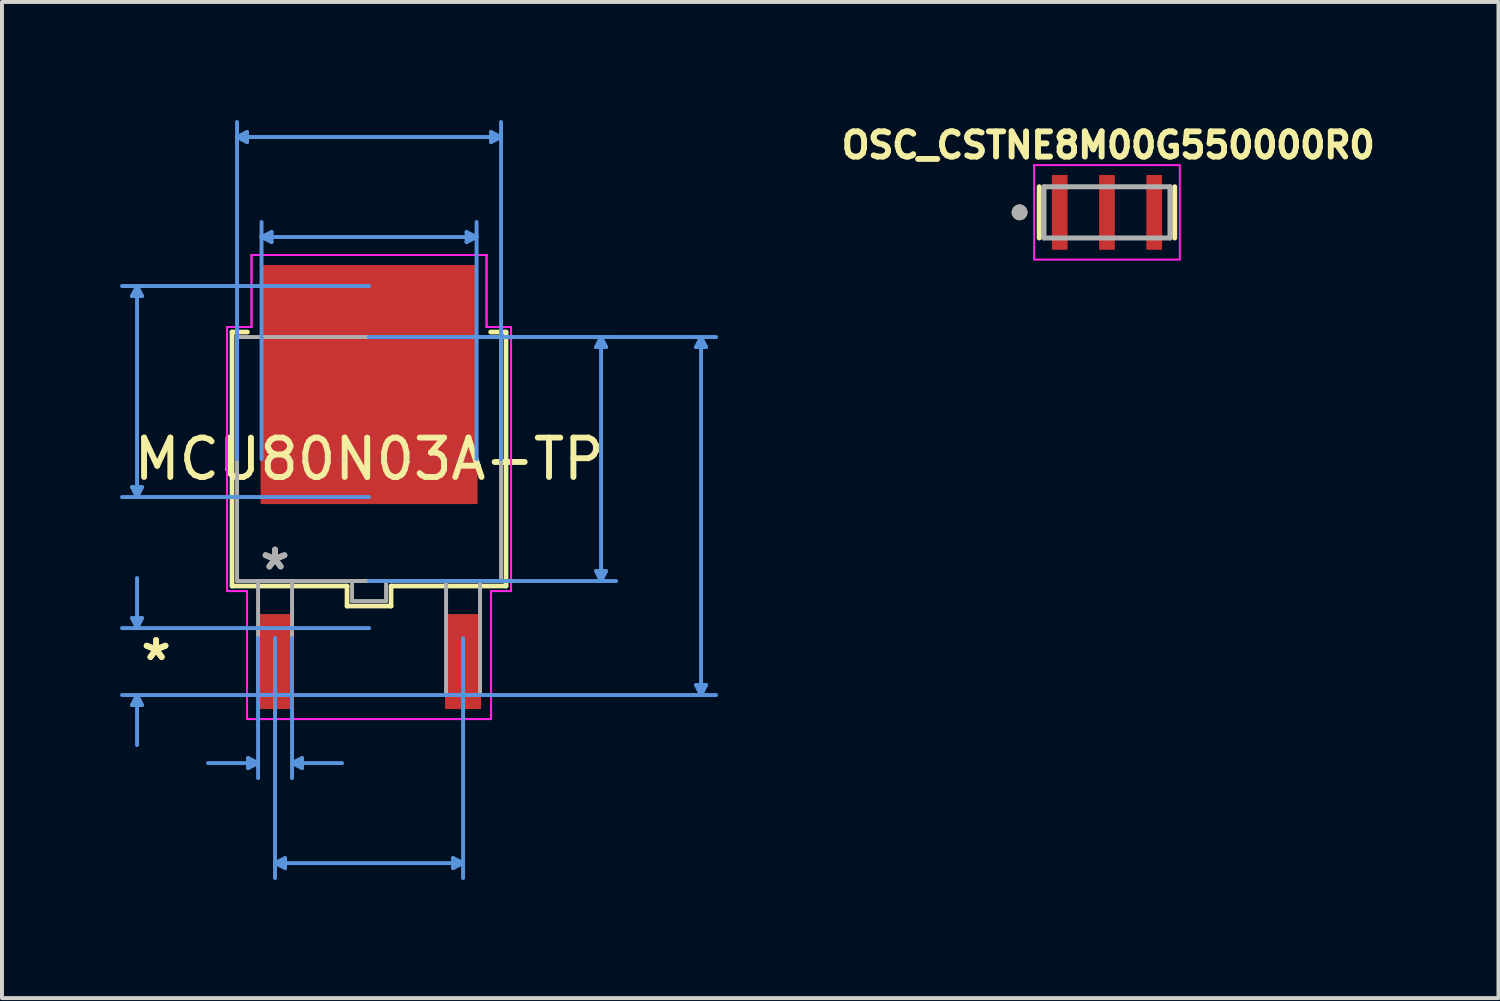
<source format=kicad_pcb>
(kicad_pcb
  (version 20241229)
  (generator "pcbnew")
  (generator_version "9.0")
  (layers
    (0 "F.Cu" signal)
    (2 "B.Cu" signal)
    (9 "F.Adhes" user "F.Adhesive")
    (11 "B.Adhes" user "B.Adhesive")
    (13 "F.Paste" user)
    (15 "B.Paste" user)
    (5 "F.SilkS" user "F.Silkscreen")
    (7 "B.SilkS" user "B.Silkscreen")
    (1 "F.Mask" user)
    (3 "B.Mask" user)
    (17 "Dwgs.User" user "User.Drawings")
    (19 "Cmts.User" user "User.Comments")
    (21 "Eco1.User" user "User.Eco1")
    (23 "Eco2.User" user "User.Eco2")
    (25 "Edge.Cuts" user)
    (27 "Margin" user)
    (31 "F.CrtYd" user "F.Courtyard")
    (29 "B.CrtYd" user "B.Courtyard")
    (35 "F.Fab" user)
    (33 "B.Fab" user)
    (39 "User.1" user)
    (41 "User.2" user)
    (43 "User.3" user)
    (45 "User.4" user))
  (footprint "MCU80N03A-TP"
    (layer "F.Cu")
    (at 6.324 8.61)
    (property "Reference" "MCU80N03A-TP" (at 0 0 0) (layer "F.SilkS") (effects (font (size 1 1) (thickness 0.15))))
    (attr through_hole)
    (fp_line (start -3.48 -3.226) (end -3.48 3.226) (stroke (width 0.12) (type solid)) (layer "F.SilkS"))
    (fp_line (start -3.48 3.226) (end -0.559 3.226) (stroke (width 0.12) (type solid)) (layer "F.SilkS"))
    (fp_line (start -3.089 -3.226) (end -3.48 -3.226) (stroke (width 0.12) (type solid)) (layer "F.SilkS"))
    (fp_line (start -0.559 3.226) (end -0.559 3.734) (stroke (width 0.12) (type solid)) (layer "F.SilkS"))
    (fp_line (start -0.559 3.734) (end 0.559 3.734) (stroke (width 0.12) (type solid)) (layer "F.SilkS"))
    (fp_line (start 0.559 3.226) (end 3.48 3.226) (stroke (width 0.12) (type solid)) (layer "F.SilkS"))
    (fp_line (start 0.559 3.734) (end 0.559 3.226) (stroke (width 0.12) (type solid)) (layer "F.SilkS"))
    (fp_line (start 3.48 -3.226) (end 3.089 -3.226) (stroke (width 0.12) (type solid)) (layer "F.SilkS"))
    (fp_line (start 3.48 3.226) (end 3.48 -3.226) (stroke (width 0.12) (type solid)) (layer "F.SilkS"))
    (fp_line (start -6.02 -4.14) (end -5.766 -4.14) (stroke (width 0.1) (type solid)) (layer "Cmts.User"))
    (fp_line (start -6.02 0.711) (end -5.766 0.711) (stroke (width 0.1) (type solid)) (layer "Cmts.User"))
    (fp_line (start -6.02 4.039) (end -5.766 4.039) (stroke (width 0.1) (type solid)) (layer "Cmts.User"))
    (fp_line (start -6.02 6.248) (end -5.766 6.248) (stroke (width 0.1) (type solid)) (layer "Cmts.User"))
    (fp_line (start -5.893 -4.394) (end -6.02 -4.14) (stroke (width 0.1) (type solid)) (layer "Cmts.User"))
    (fp_line (start -5.893 -4.394) (end -5.893 0.965) (stroke (width 0.1) (type solid)) (layer "Cmts.User"))
    (fp_line (start -5.893 -4.394) (end -5.766 -4.14) (stroke (width 0.1) (type solid)) (layer "Cmts.User"))
    (fp_line (start -5.893 0.965) (end -6.02 0.711) (stroke (width 0.1) (type solid)) (layer "Cmts.User"))
    (fp_line (start -5.893 0.965) (end -5.766 0.711) (stroke (width 0.1) (type solid)) (layer "Cmts.User"))
    (fp_line (start -5.893 4.293) (end -6.02 4.039) (stroke (width 0.1) (type solid)) (layer "Cmts.User"))
    (fp_line (start -5.893 4.293) (end -5.893 3.023) (stroke (width 0.1) (type solid)) (layer "Cmts.User"))
    (fp_line (start -5.893 4.293) (end -5.766 4.039) (stroke (width 0.1) (type solid)) (layer "Cmts.User"))
    (fp_line (start -5.893 5.994) (end -6.02 6.248) (stroke (width 0.1) (type solid)) (layer "Cmts.User"))
    (fp_line (start -5.893 5.994) (end -5.893 7.264) (stroke (width 0.1) (type solid)) (layer "Cmts.User"))
    (fp_line (start -5.893 5.994) (end -5.766 6.248) (stroke (width 0.1) (type solid)) (layer "Cmts.User"))
    (fp_line (start -3.353 -8.179) (end -3.099 -8.306) (stroke (width 0.1) (type solid)) (layer "Cmts.User"))
    (fp_line (start -3.353 -8.179) (end -3.099 -8.052) (stroke (width 0.1) (type solid)) (layer "Cmts.User"))
    (fp_line (start -3.353 -8.179) (end 3.353 -8.179) (stroke (width 0.1) (type solid)) (layer "Cmts.User"))
    (fp_line (start -3.353 0) (end -3.353 -8.56) (stroke (width 0.1) (type solid)) (layer "Cmts.User"))
    (fp_line (start -3.099 -8.306) (end -3.099 -8.052) (stroke (width 0.1) (type solid)) (layer "Cmts.User"))
    (fp_line (start -3.073 7.595) (end -3.073 7.849) (stroke (width 0.1) (type solid)) (layer "Cmts.User"))
    (fp_line (start -2.819 4.547) (end -2.819 8.103) (stroke (width 0.1) (type solid)) (layer "Cmts.User"))
    (fp_line (start -2.819 7.722) (end -4.089 7.722) (stroke (width 0.1) (type solid)) (layer "Cmts.User"))
    (fp_line (start -2.819 7.722) (end -3.073 7.595) (stroke (width 0.1) (type solid)) (layer "Cmts.User"))
    (fp_line (start -2.819 7.722) (end -3.073 7.849) (stroke (width 0.1) (type solid)) (layer "Cmts.User"))
    (fp_line (start -2.731 -5.639) (end -2.477 -5.766) (stroke (width 0.1) (type solid)) (layer "Cmts.User"))
    (fp_line (start -2.731 -5.639) (end -2.477 -5.512) (stroke (width 0.1) (type solid)) (layer "Cmts.User"))
    (fp_line (start -2.731 -5.639) (end 2.731 -5.639) (stroke (width 0.1) (type solid)) (layer "Cmts.User"))
    (fp_line (start -2.731 0) (end -2.731 -6.02) (stroke (width 0.1) (type solid)) (layer "Cmts.User"))
    (fp_line (start -2.477 -5.766) (end -2.477 -5.512) (stroke (width 0.1) (type solid)) (layer "Cmts.User"))
    (fp_line (start -2.388 4.547) (end -2.388 10.643) (stroke (width 0.1) (type solid)) (layer "Cmts.User"))
    (fp_line (start -2.388 10.262) (end -2.134 10.135) (stroke (width 0.1) (type solid)) (layer "Cmts.User"))
    (fp_line (start -2.388 10.262) (end -2.134 10.389) (stroke (width 0.1) (type solid)) (layer "Cmts.User"))
    (fp_line (start -2.388 10.262) (end 2.388 10.262) (stroke (width 0.1) (type solid)) (layer "Cmts.User"))
    (fp_line (start -2.134 10.135) (end -2.134 10.389) (stroke (width 0.1) (type solid)) (layer "Cmts.User"))
    (fp_line (start -1.956 4.547) (end -1.956 8.103) (stroke (width 0.1) (type solid)) (layer "Cmts.User"))
    (fp_line (start -1.956 7.722) (end -1.702 7.595) (stroke (width 0.1) (type solid)) (layer "Cmts.User"))
    (fp_line (start -1.956 7.722) (end -1.702 7.849) (stroke (width 0.1) (type solid)) (layer "Cmts.User"))
    (fp_line (start -1.956 7.722) (end -0.686 7.722) (stroke (width 0.1) (type solid)) (layer "Cmts.User"))
    (fp_line (start -1.702 7.595) (end -1.702 7.849) (stroke (width 0.1) (type solid)) (layer "Cmts.User"))
    (fp_line (start 0 -4.394) (end -6.274 -4.394) (stroke (width 0.1) (type solid)) (layer "Cmts.User"))
    (fp_line (start 0 -3.099) (end 6.274 -3.099) (stroke (width 0.1) (type solid)) (layer "Cmts.User"))
    (fp_line (start 0 -3.099) (end 8.814 -3.099) (stroke (width 0.1) (type solid)) (layer "Cmts.User"))
    (fp_line (start 0 0.965) (end -6.274 0.965) (stroke (width 0.1) (type solid)) (layer "Cmts.User"))
    (fp_line (start 0 3.099) (end 6.274 3.099) (stroke (width 0.1) (type solid)) (layer "Cmts.User"))
    (fp_line (start 0 4.293) (end -6.274 4.293) (stroke (width 0.1) (type solid)) (layer "Cmts.User"))
    (fp_line (start 0 5.994) (end -6.274 5.994) (stroke (width 0.1) (type solid)) (layer "Cmts.User"))
    (fp_line (start 0 5.994) (end 8.814 5.994) (stroke (width 0.1) (type solid)) (layer "Cmts.User"))
    (fp_line (start 2.134 10.135) (end 2.134 10.389) (stroke (width 0.1) (type solid)) (layer "Cmts.User"))
    (fp_line (start 2.388 4.547) (end 2.388 10.643) (stroke (width 0.1) (type solid)) (layer "Cmts.User"))
    (fp_line (start 2.388 10.262) (end 2.134 10.135) (stroke (width 0.1) (type solid)) (layer "Cmts.User"))
    (fp_line (start 2.388 10.262) (end 2.134 10.389) (stroke (width 0.1) (type solid)) (layer "Cmts.User"))
    (fp_line (start 2.477 -5.766) (end 2.477 -5.512) (stroke (width 0.1) (type solid)) (layer "Cmts.User"))
    (fp_line (start 2.731 -5.639) (end 2.477 -5.766) (stroke (width 0.1) (type solid)) (layer "Cmts.User"))
    (fp_line (start 2.731 -5.639) (end 2.477 -5.512) (stroke (width 0.1) (type solid)) (layer "Cmts.User"))
    (fp_line (start 2.731 0) (end 2.731 -6.02) (stroke (width 0.1) (type solid)) (layer "Cmts.User"))
    (fp_line (start 3.099 -8.306) (end 3.099 -8.052) (stroke (width 0.1) (type solid)) (layer "Cmts.User"))
    (fp_line (start 3.353 -8.179) (end 3.099 -8.306) (stroke (width 0.1) (type solid)) (layer "Cmts.User"))
    (fp_line (start 3.353 -8.179) (end 3.099 -8.052) (stroke (width 0.1) (type solid)) (layer "Cmts.User"))
    (fp_line (start 3.353 0) (end 3.353 -8.56) (stroke (width 0.1) (type solid)) (layer "Cmts.User"))
    (fp_line (start 5.766 -2.845) (end 6.02 -2.845) (stroke (width 0.1) (type solid)) (layer "Cmts.User"))
    (fp_line (start 5.766 2.845) (end 6.02 2.845) (stroke (width 0.1) (type solid)) (layer "Cmts.User"))
    (fp_line (start 5.893 -3.099) (end 5.766 -2.845) (stroke (width 0.1) (type solid)) (layer "Cmts.User"))
    (fp_line (start 5.893 -3.099) (end 5.893 3.099) (stroke (width 0.1) (type solid)) (layer "Cmts.User"))
    (fp_line (start 5.893 -3.099) (end 6.02 -2.845) (stroke (width 0.1) (type solid)) (layer "Cmts.User"))
    (fp_line (start 5.893 3.099) (end 5.766 2.845) (stroke (width 0.1) (type solid)) (layer "Cmts.User"))
    (fp_line (start 5.893 3.099) (end 6.02 2.845) (stroke (width 0.1) (type solid)) (layer "Cmts.User"))
    (fp_line (start 8.306 -2.845) (end 8.56 -2.845) (stroke (width 0.1) (type solid)) (layer "Cmts.User"))
    (fp_line (start 8.306 5.74) (end 8.56 5.74) (stroke (width 0.1) (type solid)) (layer "Cmts.User"))
    (fp_line (start 8.433 -3.099) (end 8.306 -2.845) (stroke (width 0.1) (type solid)) (layer "Cmts.User"))
    (fp_line (start 8.433 -3.099) (end 8.433 5.994) (stroke (width 0.1) (type solid)) (layer "Cmts.User"))
    (fp_line (start 8.433 -3.099) (end 8.56 -2.845) (stroke (width 0.1) (type solid)) (layer "Cmts.User"))
    (fp_line (start 8.433 5.994) (end 8.306 5.74) (stroke (width 0.1) (type solid)) (layer "Cmts.User"))
    (fp_line (start 8.433 5.994) (end 8.56 5.74) (stroke (width 0.1) (type solid)) (layer "Cmts.User"))
    (fp_line (start -3.607 -3.353) (end -2.985 -3.353) (stroke (width 0.05) (type solid)) (layer "F.CrtYd"))
    (fp_line (start -3.607 -3.353) (end -2.985 -3.353) (stroke (width 0.05) (type solid)) (layer "F.CrtYd"))
    (fp_line (start -3.607 3.353) (end -3.607 -3.353) (stroke (width 0.05) (type solid)) (layer "F.CrtYd"))
    (fp_line (start -3.607 3.353) (end -3.607 -3.353) (stroke (width 0.05) (type solid)) (layer "F.CrtYd"))
    (fp_line (start -3.099 3.353) (end -3.607 3.353) (stroke (width 0.05) (type solid)) (layer "F.CrtYd"))
    (fp_line (start -3.099 3.353) (end -3.607 3.353) (stroke (width 0.05) (type solid)) (layer "F.CrtYd"))
    (fp_line (start -3.099 6.604) (end -3.099 3.353) (stroke (width 0.05) (type solid)) (layer "F.CrtYd"))
    (fp_line (start -3.099 6.604) (end -3.099 3.353) (stroke (width 0.05) (type solid)) (layer "F.CrtYd"))
    (fp_line (start -2.985 -5.182) (end 2.985 -5.182) (stroke (width 0.05) (type solid)) (layer "F.CrtYd"))
    (fp_line (start -2.985 -5.182) (end 2.985 -5.182) (stroke (width 0.05) (type solid)) (layer "F.CrtYd"))
    (fp_line (start -2.985 -3.353) (end -2.985 -5.182) (stroke (width 0.05) (type solid)) (layer "F.CrtYd"))
    (fp_line (start -2.985 -3.353) (end -2.985 -5.182) (stroke (width 0.05) (type solid)) (layer "F.CrtYd"))
    (fp_line (start 2.985 -5.182) (end 2.985 -3.353) (stroke (width 0.05) (type solid)) (layer "F.CrtYd"))
    (fp_line (start 2.985 -5.182) (end 2.985 -3.353) (stroke (width 0.05) (type solid)) (layer "F.CrtYd"))
    (fp_line (start 2.985 -3.353) (end 3.607 -3.353) (stroke (width 0.05) (type solid)) (layer "F.CrtYd"))
    (fp_line (start 2.985 -3.353) (end 3.607 -3.353) (stroke (width 0.05) (type solid)) (layer "F.CrtYd"))
    (fp_line (start 3.099 3.353) (end 3.099 6.604) (stroke (width 0.05) (type solid)) (layer "F.CrtYd"))
    (fp_line (start 3.099 3.353) (end 3.099 6.604) (stroke (width 0.05) (type solid)) (layer "F.CrtYd"))
    (fp_line (start 3.099 6.604) (end -3.099 6.604) (stroke (width 0.05) (type solid)) (layer "F.CrtYd"))
    (fp_line (start 3.099 6.604) (end -3.099 6.604) (stroke (width 0.05) (type solid)) (layer "F.CrtYd"))
    (fp_line (start 3.607 -3.353) (end 3.607 3.353) (stroke (width 0.05) (type solid)) (layer "F.CrtYd"))
    (fp_line (start 3.607 -3.353) (end 3.607 3.353) (stroke (width 0.05) (type solid)) (layer "F.CrtYd"))
    (fp_line (start 3.607 3.353) (end 3.099 3.353) (stroke (width 0.05) (type solid)) (layer "F.CrtYd"))
    (fp_line (start 3.607 3.353) (end 3.099 3.353) (stroke (width 0.05) (type solid)) (layer "F.CrtYd"))
    (fp_line (start -3.353 -3.099) (end -3.353 3.099) (stroke (width 0.1) (type solid)) (layer "F.Fab"))
    (fp_line (start -3.353 3.099) (end 3.353 3.099) (stroke (width 0.1) (type solid)) (layer "F.Fab"))
    (fp_line (start -2.819 3.099) (end -2.819 5.994) (stroke (width 0.1) (type solid)) (layer "F.Fab"))
    (fp_line (start -2.819 5.994) (end -1.956 5.994) (stroke (width 0.1) (type solid)) (layer "F.Fab"))
    (fp_line (start -1.956 3.099) (end -2.819 3.099) (stroke (width 0.1) (type solid)) (layer "F.Fab"))
    (fp_line (start -1.956 5.994) (end -1.956 3.099) (stroke (width 0.1) (type solid)) (layer "F.Fab"))
    (fp_line (start -0.432 3.099) (end -0.432 3.607) (stroke (width 0.1) (type solid)) (layer "F.Fab"))
    (fp_line (start -0.432 3.607) (end 0.432 3.607) (stroke (width 0.1) (type solid)) (layer "F.Fab"))
    (fp_line (start 0.432 3.099) (end -0.432 3.099) (stroke (width 0.1) (type solid)) (layer "F.Fab"))
    (fp_line (start 0.432 3.607) (end 0.432 3.099) (stroke (width 0.1) (type solid)) (layer "F.Fab"))
    (fp_line (start 1.956 3.099) (end 1.956 5.994) (stroke (width 0.1) (type solid)) (layer "F.Fab"))
    (fp_line (start 1.956 5.994) (end 2.819 5.994) (stroke (width 0.1) (type solid)) (layer "F.Fab"))
    (fp_line (start 2.819 3.099) (end 1.956 3.099) (stroke (width 0.1) (type solid)) (layer "F.Fab"))
    (fp_line (start 2.819 5.994) (end 2.819 3.099) (stroke (width 0.1) (type solid)) (layer "F.Fab"))
    (fp_line (start 3.353 -3.099) (end -3.353 -3.099) (stroke (width 0.1) (type solid)) (layer "F.Fab"))
    (fp_line (start 3.353 3.099) (end 3.353 -3.099) (stroke (width 0.1) (type solid)) (layer "F.Fab"))
    (fp_text user "*" (at -5.41 5.144 0) (layer "F.SilkS") (effects (font (size 1 1) (thickness 0.15))))
    (fp_text user "*" (at -5.41 5.144 0) (layer "F.SilkS") (effects (font (size 1 1) (thickness 0.15))))
    (fp_text user "Copyright 2021 Accelerated Designs. All rights reserved." (at 0 0 0) (layer "Cmts.User") (effects (font (size 0.127 0.127) (thickness 0.002))))
    (fp_text user "*" (at -2.388 2.845 0) (layer "F.Fab") (effects (font (size 1 1) (thickness 0.15))))
    (fp_text user "*" (at -2.388 2.845 0) (layer "F.Fab") (effects (font (size 1 1) (thickness 0.15))))
    (pad "1" smd rect (at -2.388 5.144) (size 0.914 2.413) (layers "F.Cu" "F.Mask" "F.Paste"))
    (pad "2" smd rect (at 2.388 5.144) (size 0.914 2.413) (layers "F.Cu" "F.Mask" "F.Paste"))
    (pad "3" smd rect (at 0 -1.892) (size 5.512 6.071) (layers "F.Cu" "F.Mask" "F.Paste")))
  (footprint "OSC_CSTNE8M00G550000R0"
    (layer "F.Cu")
    (at 25.067 2.344)
    (property "Reference" "OSC_CSTNE8M00G550000R0" (at 0.032 -1.706 0) (layer "F.SilkS") (effects (font (size 0.64 0.64) (thickness 0.15))))
    (attr through_hole)
    (fp_line (start -1.72 -0.65) (end -1.72 0.65) (stroke (width 0.127) (type solid)) (layer "F.SilkS"))
    (fp_line (start 1.72 -0.65) (end 1.72 0.65) (stroke (width 0.127) (type solid)) (layer "F.SilkS"))
    (fp_circle (center -2.22 0) (end -2.12 0) (stroke (width 0.2) (type solid)) (fill no) (layer "F.SilkS"))
    (fp_line (start -1.85 -1.2) (end 1.85 -1.2) (stroke (width 0.05) (type solid)) (layer "F.CrtYd"))
    (fp_line (start -1.85 1.2) (end -1.85 -1.2) (stroke (width 0.05) (type solid)) (layer "F.CrtYd"))
    (fp_line (start 1.85 -1.2) (end 1.85 1.2) (stroke (width 0.05) (type solid)) (layer "F.CrtYd"))
    (fp_line (start 1.85 1.2) (end -1.85 1.2) (stroke (width 0.05) (type solid)) (layer "F.CrtYd"))
    (fp_line (start -1.6 -0.65) (end -1.6 0.65) (stroke (width 0.127) (type solid)) (layer "F.Fab"))
    (fp_line (start -1.6 -0.65) (end 1.6 -0.65) (stroke (width 0.127) (type solid)) (layer "F.Fab"))
    (fp_line (start 1.6 -0.65) (end 1.6 0.65) (stroke (width 0.127) (type solid)) (layer "F.Fab"))
    (fp_line (start 1.6 0.65) (end -1.6 0.65) (stroke (width 0.127) (type solid)) (layer "F.Fab"))
    (fp_circle (center -2.22 0) (end -2.12 0) (stroke (width 0.2) (type solid)) (fill no) (layer "F.Fab"))
    (pad "1" smd rect (at -1.2 0) (size 0.4 1.9) (layers "F.Cu" "F.Mask" "F.Paste"))
    (pad "2" smd rect (at 0 0) (size 0.4 1.9) (layers "F.Cu" "F.Mask" "F.Paste"))
    (pad "3" smd rect (at 1.2 0) (size 0.4 1.9) (layers "F.Cu" "F.Mask" "F.Paste")))
  (gr_rect
    (start -3 -3)
    (end 35.011 22.302)
    (stroke (width 0.1) (type default))
    (fill no)
    (layer "Edge.Cuts")))
</source>
